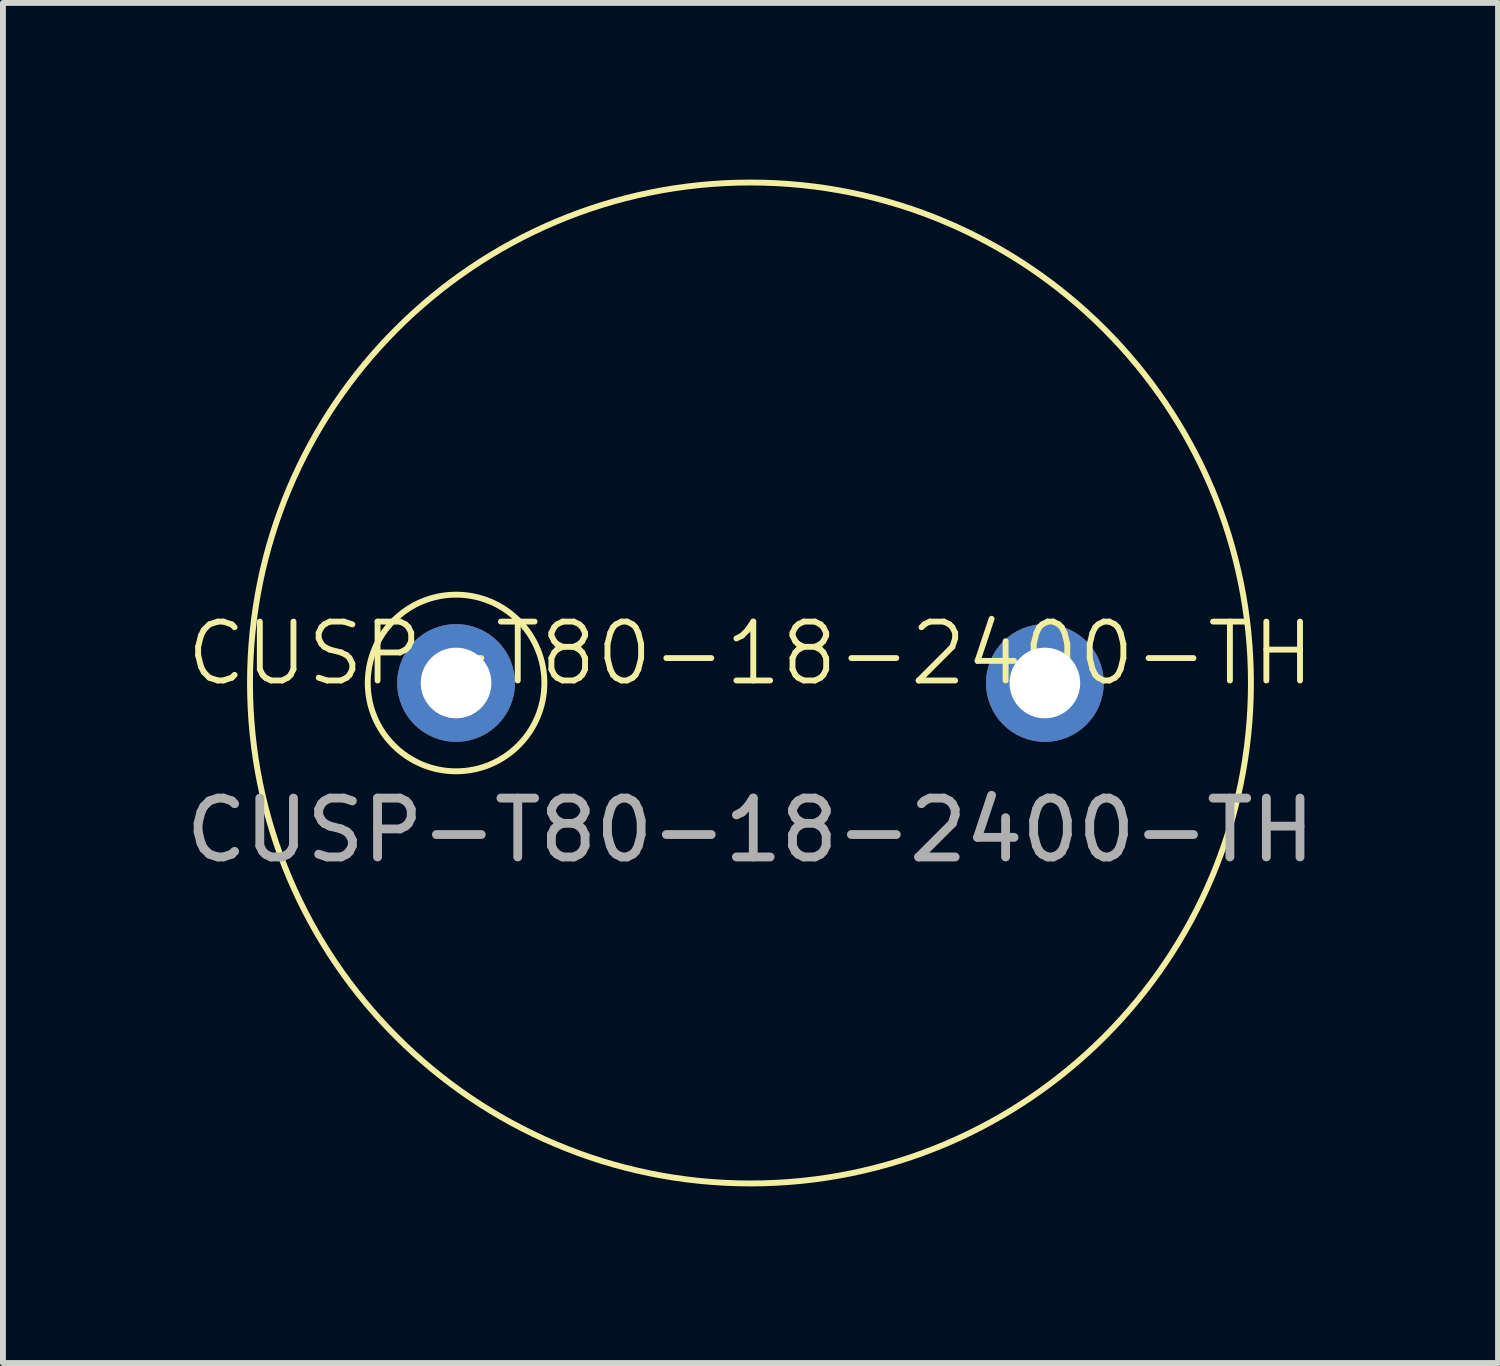
<source format=kicad_pcb>
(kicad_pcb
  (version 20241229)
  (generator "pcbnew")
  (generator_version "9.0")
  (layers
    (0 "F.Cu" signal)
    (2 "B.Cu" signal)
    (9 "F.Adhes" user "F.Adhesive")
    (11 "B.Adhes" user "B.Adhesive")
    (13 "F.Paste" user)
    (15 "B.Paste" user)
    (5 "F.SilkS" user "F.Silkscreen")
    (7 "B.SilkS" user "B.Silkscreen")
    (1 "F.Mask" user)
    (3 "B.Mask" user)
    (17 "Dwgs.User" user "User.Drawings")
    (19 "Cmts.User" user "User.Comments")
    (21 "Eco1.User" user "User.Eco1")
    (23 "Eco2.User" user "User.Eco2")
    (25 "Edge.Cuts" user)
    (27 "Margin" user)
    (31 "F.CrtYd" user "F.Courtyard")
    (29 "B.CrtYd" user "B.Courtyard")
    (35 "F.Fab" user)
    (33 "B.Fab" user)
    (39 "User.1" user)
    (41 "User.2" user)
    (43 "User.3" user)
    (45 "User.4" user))
  (footprint "CUSP-T80-18-2400-TH"
    (layer "F.Cu")
    (at 9.696 8.55)
    (property "Reference" "CUSP-T80-18-2400-TH" (at 0 -0.5 0) (unlocked yes) (layer "F.SilkS") (effects (font (size 1 1) (thickness 0.1))))
    (attr through_hole)
    (fp_circle (center -5 0) (end -3.5 0) (stroke (width 0.1) (type default)) (fill no) (layer "F.SilkS"))
    (fp_circle (center 0 0) (end 8.5 0) (stroke (width 0.1) (type default)) (fill no) (layer "F.SilkS"))
    (fp_text user "${REFERENCE}" (at 0 2.5 0) (unlocked yes) (layer "F.Fab") (effects (font (size 1 1) (thickness 0.15))))
    (pad "1" thru_hole circle (at -5 0) (size 2 2) (drill 1.2) (layers "*.Cu" "*.Mask"))
    (pad "2" thru_hole circle (at 5 0) (size 2 2) (drill 1.2) (layers "*.Cu" "*.Mask")))
  (gr_rect
    (start -3 -3)
    (end 22.393 20.1)
    (stroke (width 0.1) (type default))
    (fill no)
    (layer "Edge.Cuts")))
</source>
